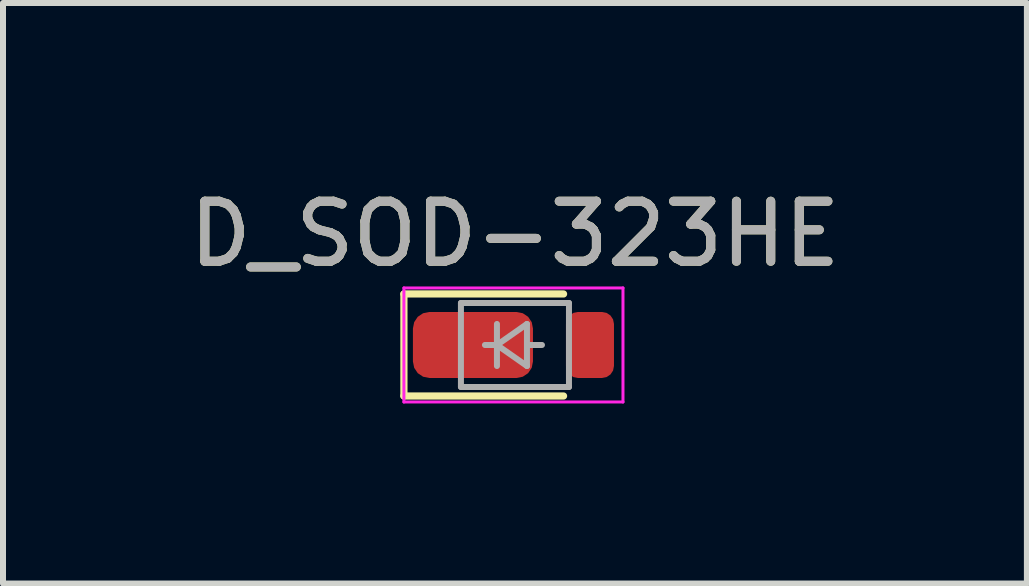
<source format=kicad_pcb>
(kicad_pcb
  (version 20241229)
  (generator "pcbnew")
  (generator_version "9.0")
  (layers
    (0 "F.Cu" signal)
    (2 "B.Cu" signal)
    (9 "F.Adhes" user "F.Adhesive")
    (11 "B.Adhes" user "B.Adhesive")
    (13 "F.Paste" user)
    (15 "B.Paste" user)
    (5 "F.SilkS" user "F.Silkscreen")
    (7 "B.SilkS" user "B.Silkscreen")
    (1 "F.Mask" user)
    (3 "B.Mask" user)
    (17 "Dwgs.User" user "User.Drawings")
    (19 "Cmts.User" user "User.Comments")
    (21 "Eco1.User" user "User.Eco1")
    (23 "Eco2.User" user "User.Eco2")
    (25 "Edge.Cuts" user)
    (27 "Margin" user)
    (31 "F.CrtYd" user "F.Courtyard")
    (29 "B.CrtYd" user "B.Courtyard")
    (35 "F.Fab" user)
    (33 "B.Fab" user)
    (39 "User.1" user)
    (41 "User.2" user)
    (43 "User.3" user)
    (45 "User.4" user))
  (footprint "D_SOD-323HE"
    (layer "F.Cu")
    (at 5.53 2.698)
    (property "Reference" "D_SOD-323HE" (at 0 -1.85 0) (layer "F.SilkS") (effects (font (size 1 1) (thickness 0.15))))
    (attr smd)
    (fp_line (start -1.85 -0.85) (end -1.85 0.85) (stroke (width 0.12) (type solid)) (layer "F.SilkS"))
    (fp_line (start -1.85 -0.85) (end 0.81 -0.85) (stroke (width 0.12) (type solid)) (layer "F.SilkS"))
    (fp_line (start -1.85 0.85) (end 0.81 0.85) (stroke (width 0.12) (type solid)) (layer "F.SilkS"))
    (fp_line (start -1.85 -0.95) (end -1.85 0.95) (stroke (width 0.05) (type solid)) (layer "F.CrtYd"))
    (fp_line (start -1.85 -0.95) (end 1.8 -0.95) (stroke (width 0.05) (type solid)) (layer "F.CrtYd"))
    (fp_line (start -1.85 0.95) (end 1.8 0.95) (stroke (width 0.05) (type solid)) (layer "F.CrtYd"))
    (fp_line (start 1.8 -0.95) (end 1.8 0.95) (stroke (width 0.05) (type solid)) (layer "F.CrtYd"))
    (fp_line (start -0.9 -0.7) (end 0.9 -0.7) (stroke (width 0.1) (type solid)) (layer "F.Fab"))
    (fp_line (start -0.9 0.7) (end -0.9 -0.7) (stroke (width 0.1) (type solid)) (layer "F.Fab"))
    (fp_line (start -0.3 -0.35) (end -0.3 0.35) (stroke (width 0.1) (type solid)) (layer "F.Fab"))
    (fp_line (start -0.3 0) (end -0.5 0) (stroke (width 0.1) (type solid)) (layer "F.Fab"))
    (fp_line (start -0.3 0) (end 0.2 -0.35) (stroke (width 0.1) (type solid)) (layer "F.Fab"))
    (fp_line (start 0.2 -0.35) (end 0.2 0.35) (stroke (width 0.1) (type solid)) (layer "F.Fab"))
    (fp_line (start 0.2 0) (end 0.45 0) (stroke (width 0.1) (type solid)) (layer "F.Fab"))
    (fp_line (start 0.2 0.35) (end -0.3 0) (stroke (width 0.1) (type solid)) (layer "F.Fab"))
    (fp_line (start 0.9 -0.7) (end 0.9 0.7) (stroke (width 0.1) (type solid)) (layer "F.Fab"))
    (fp_line (start 0.9 0.7) (end -0.9 0.7) (stroke (width 0.1) (type solid)) (layer "F.Fab"))
    (fp_text user "${REFERENCE}" (at 0 -1.85 0) (layer "F.Fab") (effects (font (size 1 1) (thickness 0.15))))
    (pad "1" smd roundrect (at -0.7 0) (size 2 1.1) (layers "F.Cu" "F.Mask" "F.Paste") (roundrect_rratio 0.25))
    (pad "2" smd roundrect (at 1.25 0) (size 0.8 1.1) (layers "F.Cu" "F.Mask" "F.Paste") (roundrect_rratio 0.25)))
  (gr_rect
    (start -3 -3)
    (end 14.06 6.673)
    (stroke (width 0.1) (type default))
    (fill no)
    (layer "Edge.Cuts")))
</source>
